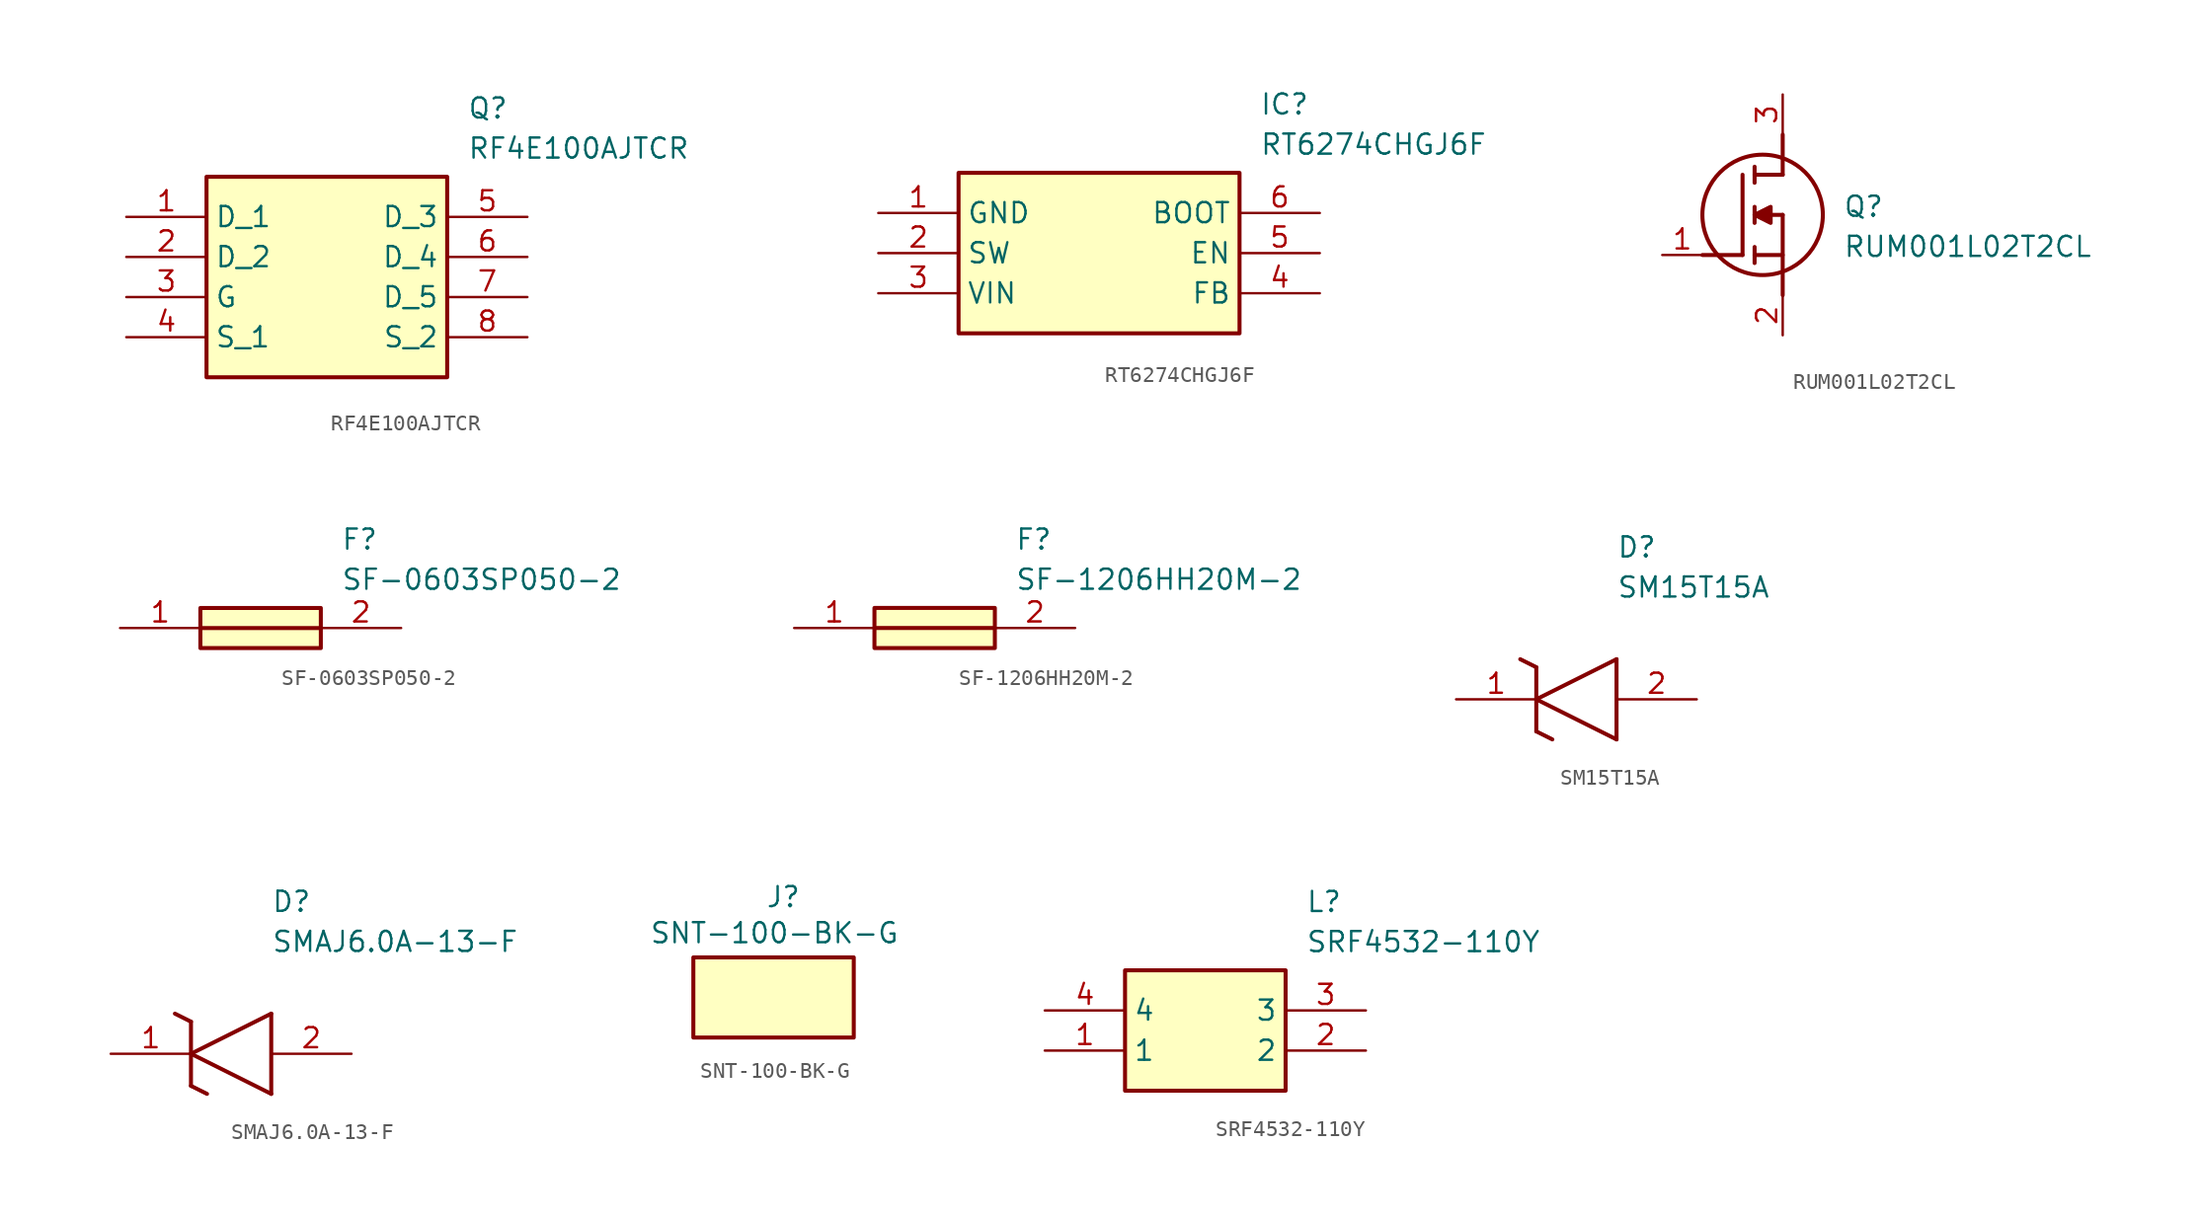
<source format=kicad_sym>
(kicad_symbol_lib
  (version 20231120)
  (generator "kicad_symbol_editor")
  (generator_version "8.0")
  (symbol "RF4E100AJTCR"
    (property "Reference" "Q"
      (at 21.59 7.62 0)
      (effects (font (size 1.27 1.27)) (justify left top)))
    (property "Value" "RF4E100AJTCR"
      (at 21.59 5.08 0)
      (effects (font (size 1.27 1.27)) (justify left top)))
    (rectangle
      (start 5.08 2.54)
      (end 20.32 -10.16)
      (stroke (width 0.254) (type default))
      (fill (type background)))
    (pin passive line
      (at 0 0 0)
      (length 5.08)
      (name "D_1" (effects (font (size 1.27 1.27))))
      (number "1" (effects (font (size 1.27 1.27)))))
    (pin passive line
      (at 0 -2.54 0)
      (length 5.08)
      (name "D_2" (effects (font (size 1.27 1.27))))
      (number "2" (effects (font (size 1.27 1.27)))))
    (pin passive line
      (at 0 -5.08 0)
      (length 5.08)
      (name "G" (effects (font (size 1.27 1.27))))
      (number "3" (effects (font (size 1.27 1.27)))))
    (pin passive line
      (at 0 -7.62 0)
      (length 5.08)
      (name "S_1" (effects (font (size 1.27 1.27))))
      (number "4" (effects (font (size 1.27 1.27)))))
    (pin passive line
      (at 25.4 0 180)
      (length 5.08)
      (name "D_3" (effects (font (size 1.27 1.27))))
      (number "5" (effects (font (size 1.27 1.27)))))
    (pin passive line
      (at 25.4 -2.54 180)
      (length 5.08)
      (name "D_4" (effects (font (size 1.27 1.27))))
      (number "6" (effects (font (size 1.27 1.27)))))
    (pin passive line
      (at 25.4 -5.08 180)
      (length 5.08)
      (name "D_5" (effects (font (size 1.27 1.27))))
      (number "7" (effects (font (size 1.27 1.27)))))
    (pin passive line
      (at 25.4 -7.62 180)
      (length 5.08)
      (name "S_2" (effects (font (size 1.27 1.27))))
      (number "8" (effects (font (size 1.27 1.27))))))
  (symbol "RT6274CHGJ6F"
    (property "Reference" "IC"
      (at 24.13 7.62 0)
      (effects (font (size 1.27 1.27)) (justify left top)))
    (property "Value" "RT6274CHGJ6F"
      (at 24.13 5.08 0)
      (effects (font (size 1.27 1.27)) (justify left top)))
    (symbol "RT6274CHGJ6F_1_1"
      (rectangle (start 5.08 2.54) (end 22.86 -7.62) (stroke (width 0.254) (type default)) (fill (type background)))
      (pin passive line (at 0 0 0) (length 5.08) (name "GND" (effects (font (size 1.27 1.27)))) (number "1" (effects (font (size 1.27 1.27)))))
      (pin passive line (at 0 -2.54 0) (length 5.08) (name "SW" (effects (font (size 1.27 1.27)))) (number "2" (effects (font (size 1.27 1.27)))))
      (pin passive line (at 0 -5.08 0) (length 5.08) (name "VIN" (effects (font (size 1.27 1.27)))) (number "3" (effects (font (size 1.27 1.27)))))
      (pin passive line (at 27.94 -5.08 180) (length 5.08) (name "FB" (effects (font (size 1.27 1.27)))) (number "4" (effects (font (size 1.27 1.27)))))
      (pin passive line (at 27.94 -2.54 180) (length 5.08) (name "EN" (effects (font (size 1.27 1.27)))) (number "5" (effects (font (size 1.27 1.27)))))
      (pin passive line (at 27.94 0 180) (length 5.08) (name "BOOT" (effects (font (size 1.27 1.27)))) (number "6" (effects (font (size 1.27 1.27)))))))
  (symbol "RUM001L02T2CL"
    (pin_names hide)
    (property "Reference" "Q"
      (at 11.43 3.81 0)
      (effects (font (size 1.27 1.27)) (justify left top)))
    (property "Value" "RUM001L02T2CL"
      (at 11.43 1.27 0)
      (effects (font (size 1.27 1.27)) (justify left top)))
    (polyline
      (pts (xy 7.62 2.54) (xy 7.62 -2.54))
      (stroke (width 0.254) (type default))
      (fill (type none)))
    (polyline
      (pts (xy 7.62 5.08) (xy 7.62 7.62))
      (stroke (width 0.254) (type default))
      (fill (type none)))
    (polyline
      (pts (xy 2.54 0) (xy 5.08 0))
      (stroke (width 0.254) (type default))
      (fill (type none)))
    (polyline
      (pts (xy 5.08 5.08) (xy 5.08 0))
      (stroke (width 0.254) (type default))
      (fill (type none)))
    (polyline
      (pts (xy 7.62 2.54) (xy 5.842 2.54))
      (stroke (width 0.254) (type default))
      (fill (type none)))
    (polyline
      (pts (xy 7.62 5.08) (xy 5.842 5.08))
      (stroke (width 0.254) (type default))
      (fill (type none)))
    (polyline
      (pts (xy 5.842 0) (xy 7.62 0))
      (stroke (width 0.254) (type default))
      (fill (type none)))
    (polyline
      (pts (xy 5.842 5.588) (xy 5.842 4.572))
      (stroke (width 0.254) (type default))
      (fill (type none)))
    (polyline
      (pts (xy 5.842 -0.508) (xy 5.842 0.508))
      (stroke (width 0.254) (type default))
      (fill (type none)))
    (polyline
      (pts (xy 5.842 2.032) (xy 5.842 3.048))
      (stroke (width 0.254) (type default))
      (fill (type none)))
    (circle
      (center 6.35 2.54)
      (radius 3.81)
      (stroke (width 0.254) (type default))
      (fill (type none)))
    (polyline
      (pts (xy 5.842 2.54) (xy 6.858 3.048) (xy 6.858 2.032) (xy 5.842 2.54))
      (stroke (width 0.254) (type default))
      (fill (type outline)))
    (pin passive line
      (at 0 0 0)
      (length 2.54)
      (name "G" (effects (font (size 1.27 1.27))))
      (number "1" (effects (font (size 1.27 1.27)))))
    (pin passive line
      (at 7.62 10.16 270)
      (length 2.54)
      (name "D" (effects (font (size 1.27 1.27))))
      (number "3" (effects (font (size 1.27 1.27)))))
    (pin passive line
      (at 7.62 -5.08 90)
      (length 2.54)
      (name "S" (effects (font (size 1.27 1.27))))
      (number "2" (effects (font (size 1.27 1.27))))))
  (symbol "SF-0603SP050-2"
    (pin_names hide)
    (property "Reference" "F"
      (at 13.97 6.35 0)
      (effects (font (size 1.27 1.27)) (justify left top)))
    (property "Value" "SF-0603SP050-2"
      (at 13.97 3.81 0)
      (effects (font (size 1.27 1.27)) (justify left top)))
    (rectangle
      (start 5.08 1.27)
      (end 12.7 -1.27)
      (stroke (width 0.254) (type default))
      (fill (type background)))
    (polyline
      (pts (xy 5.08 0) (xy 12.7 0))
      (stroke (width 0.254) (type default))
      (fill (type none)))
    (pin passive line
      (at 0 0 0)
      (length 5.08)
      (name "1" (effects (font (size 1.27 1.27))))
      (number "1" (effects (font (size 1.27 1.27)))))
    (pin passive line
      (at 17.78 0 180)
      (length 5.08)
      (name "2" (effects (font (size 1.27 1.27))))
      (number "2" (effects (font (size 1.27 1.27))))))
  (symbol "SF-1206HH20M-2"
    (pin_names hide)
    (property "Reference" "F"
      (at 13.97 6.35 0)
      (effects (font (size 1.27 1.27)) (justify left top)))
    (property "Value" "SF-1206HH20M-2"
      (at 13.97 3.81 0)
      (effects (font (size 1.27 1.27)) (justify left top)))
    (symbol "SF-1206HH20M-2_1_1"
      (polyline (pts (xy 5.08 0) (xy 12.7 0)) (stroke (width 0.254) (type default)) (fill (type none)))
      (rectangle (start 5.08 1.27) (end 12.7 -1.27) (stroke (width 0.254) (type default)) (fill (type background)))
      (pin passive line (at 0 0 0) (length 5.08) (name "1" (effects (font (size 1.27 1.27)))) (number "1" (effects (font (size 1.27 1.27)))))
      (pin passive line (at 17.78 0 180) (length 5.08) (name "2" (effects (font (size 1.27 1.27)))) (number "2" (effects (font (size 1.27 1.27)))))))
  (symbol "SM15T15A"
    (pin_names hide)
    (property "Reference" "D"
      (at 10.16 8.89 0)
      (effects (font (size 1.27 1.27)) (justify left bottom)))
    (property "Value" "SM15T15A"
      (at 10.16 6.35 0)
      (effects (font (size 1.27 1.27)) (justify left bottom)))
    (polyline
      (pts (xy 5.08 0) (xy 10.16 2.54))
      (stroke (width 0.254) (type default))
      (fill (type none)))
    (polyline
      (pts (xy 10.16 -2.54) (xy 10.16 2.54))
      (stroke (width 0.254) (type default))
      (fill (type none)))
    (polyline
      (pts (xy 10.16 -2.54) (xy 5.08 0))
      (stroke (width 0.254) (type default))
      (fill (type none)))
    (polyline
      (pts (xy 5.08 -2.032) (xy 6.096 -2.54))
      (stroke (width 0.254) (type default))
      (fill (type none)))
    (polyline
      (pts (xy 5.08 -2.032) (xy 5.08 2.032))
      (stroke (width 0.254) (type default))
      (fill (type none)))
    (polyline
      (pts (xy 4.064 2.54) (xy 5.08 2.032))
      (stroke (width 0.254) (type default))
      (fill (type none)))
    (pin passive line
      (at 0 0 0)
      (length 5.08)
      (name "K" (effects (font (size 1.27 1.27))))
      (number "1" (effects (font (size 1.27 1.27)))))
    (pin passive line
      (at 15.24 0 180)
      (length 5.08)
      (name "A" (effects (font (size 1.27 1.27))))
      (number "2" (effects (font (size 1.27 1.27))))))
  (symbol "SMAJ6.0A-13-F"
    (pin_names hide)
    (property "Reference" "D"
      (at 10.16 8.89 0)
      (effects (font (size 1.27 1.27)) (justify left bottom)))
    (property "Value" "SMAJ6.0A-13-F"
      (at 10.16 6.35 0)
      (effects (font (size 1.27 1.27)) (justify left bottom)))
    (symbol "SMAJ6.0A-13-F_1_1"
      (polyline (pts (xy 4.064 2.54) (xy 5.08 2.032)) (stroke (width 0.254) (type default)) (fill (type none)))
      (polyline (pts (xy 5.08 -2.032) (xy 5.08 2.032)) (stroke (width 0.254) (type default)) (fill (type none)))
      (polyline (pts (xy 5.08 -2.032) (xy 6.096 -2.54)) (stroke (width 0.254) (type default)) (fill (type none)))
      (polyline (pts (xy 5.08 0) (xy 10.16 2.54)) (stroke (width 0.254) (type default)) (fill (type none)))
      (polyline (pts (xy 10.16 -2.54) (xy 5.08 0)) (stroke (width 0.254) (type default)) (fill (type none)))
      (polyline (pts (xy 10.16 -2.54) (xy 10.16 2.54)) (stroke (width 0.254) (type default)) (fill (type none)))
      (pin passive line (at 0 0 0) (length 5.08) (name "K" (effects (font (size 1.27 1.27)))) (number "1" (effects (font (size 1.27 1.27)))))
      (pin passive line (at 15.24 0 180) (length 5.08) (name "A" (effects (font (size 1.27 1.27)))) (number "2" (effects (font (size 1.27 1.27)))))))
  (symbol "SNT-100-BK-G"
    (property "Reference" "J"
      (at -0.508 7.112 0)
      (effects (font (size 1.27 1.27)) (justify left top)))
    (property "Value" "SNT-100-BK-G"
      (at -7.874 4.826 0)
      (effects (font (size 1.27 1.27)) (justify left top)))
    (symbol "SNT-100-BK-G_1_1"
      (rectangle (start -5.08 2.54) (end 5.08 -2.54) (stroke (width 0.254) (type default)) (fill (type background)))))
  (symbol "SRF4532-110Y"
    (property "Reference" "L"
      (at 16.51 7.62 0)
      (effects (font (size 1.27 1.27)) (justify left top)))
    (property "Value" "SRF4532-110Y"
      (at 16.51 5.08 0)
      (effects (font (size 1.27 1.27)) (justify left top)))
    (symbol "SRF4532-110Y_1_1"
      (rectangle (start 5.08 2.54) (end 15.24 -5.08) (stroke (width 0.254) (type default)) (fill (type background)))
      (pin passive line (at 0 -2.54 0) (length 5.08) (name "1" (effects (font (size 1.27 1.27)))) (number "1" (effects (font (size 1.27 1.27)))))
      (pin passive line (at 20.32 -2.54 180) (length 5.08) (name "2" (effects (font (size 1.27 1.27)))) (number "2" (effects (font (size 1.27 1.27)))))
      (pin passive line (at 20.32 0 180) (length 5.08) (name "3" (effects (font (size 1.27 1.27)))) (number "3" (effects (font (size 1.27 1.27)))))
      (pin passive line (at 0 0 0) (length 5.08) (name "4" (effects (font (size 1.27 1.27)))) (number "4" (effects (font (size 1.27 1.27))))))))
</source>
